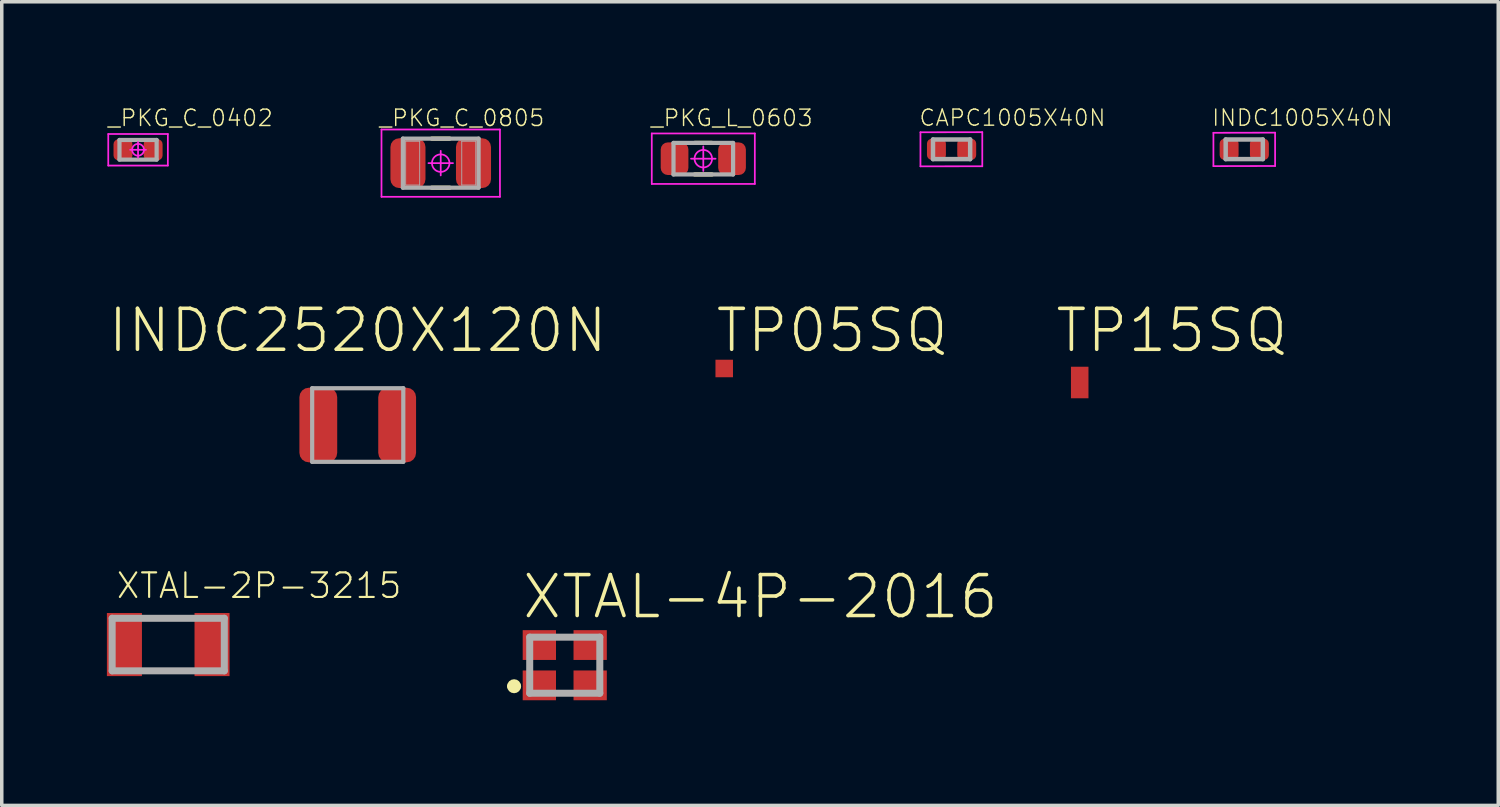
<source format=kicad_pcb>
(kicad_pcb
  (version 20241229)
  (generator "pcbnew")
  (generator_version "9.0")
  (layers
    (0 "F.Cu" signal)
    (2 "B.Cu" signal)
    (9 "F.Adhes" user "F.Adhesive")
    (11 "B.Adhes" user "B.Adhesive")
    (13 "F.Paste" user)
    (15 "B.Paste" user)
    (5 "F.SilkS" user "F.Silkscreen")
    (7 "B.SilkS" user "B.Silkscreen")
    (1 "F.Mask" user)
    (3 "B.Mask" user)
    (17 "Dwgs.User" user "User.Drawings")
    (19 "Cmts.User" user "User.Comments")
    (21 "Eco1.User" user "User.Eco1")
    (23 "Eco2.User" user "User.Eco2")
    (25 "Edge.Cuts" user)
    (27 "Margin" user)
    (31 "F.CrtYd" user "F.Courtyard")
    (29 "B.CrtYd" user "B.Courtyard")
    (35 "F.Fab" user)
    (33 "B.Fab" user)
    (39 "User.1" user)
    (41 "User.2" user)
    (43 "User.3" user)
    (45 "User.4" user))
  (footprint "_PKG_L_0603"
    (layer "F.Cu")
    (at 17.017 1.478)
    (property "Reference" "_PKG_L_0603" (at -1.524 -0.889 0) (layer "F.SilkS") (effects (font (size 0.467 0.467) (thickness 0.041)) (justify left bottom)))
    (fp_line (start -0.245 -0.45) (end 0.245 -0.45) (stroke (width 0.12) (type solid)) (layer "F.SilkS"))
    (fp_line (start -0.245 0.45) (end 0.245 0.45) (stroke (width 0.12) (type solid)) (layer "F.SilkS"))
    (fp_line (start -1.47 -0.72) (end 1.47 -0.72) (stroke (width 0.05) (type solid)) (layer "F.CrtYd"))
    (fp_line (start -1.47 0.72) (end -1.47 -0.72) (stroke (width 0.05) (type solid)) (layer "F.CrtYd"))
    (fp_line (start 0 -0.35) (end 0 0.35) (stroke (width 0.05) (type solid)) (layer "F.CrtYd"))
    (fp_line (start 0.35 0) (end -0.35 0) (stroke (width 0.05) (type solid)) (layer "F.CrtYd"))
    (fp_line (start 1.47 -0.72) (end 1.47 0.72) (stroke (width 0.05) (type solid)) (layer "F.CrtYd"))
    (fp_line (start 1.47 0.72) (end -1.47 0.72) (stroke (width 0.05) (type solid)) (layer "F.CrtYd"))
    (fp_circle (center 0 0) (end 0.25 0) (stroke (width 0.05) (type solid)) (fill no) (layer "F.CrtYd"))
    (fp_line (start -0.85 -0.45) (end 0.85 -0.45) (stroke (width 0.12) (type solid)) (layer "F.Fab"))
    (fp_line (start -0.85 0.45) (end -0.85 -0.45) (stroke (width 0.12) (type solid)) (layer "F.Fab"))
    (fp_line (start -0.8 -0.4) (end 0.8 -0.4) (stroke (width 0.001) (type solid)) (layer "F.Fab"))
    (fp_line (start -0.8 0.4) (end -0.8 -0.4) (stroke (width 0.001) (type solid)) (layer "F.Fab"))
    (fp_line (start 0.8 -0.4) (end 0.8 0.4) (stroke (width 0.001) (type solid)) (layer "F.Fab"))
    (fp_line (start 0.8 0.4) (end -0.8 0.4) (stroke (width 0.001) (type solid)) (layer "F.Fab"))
    (fp_line (start 0.85 -0.45) (end 0.85 0.45) (stroke (width 0.12) (type solid)) (layer "F.Fab"))
    (fp_line (start 0.85 0.45) (end -0.85 0.45) (stroke (width 0.12) (type solid)) (layer "F.Fab"))
    (pad "1" smd roundrect (at -0.82 0 180) (size 0.79 0.93) (layers "F.Cu" "F.Mask" "F.Paste") (roundrect_rratio 0.255))
    (pad "2" smd roundrect (at 0.82 0) (size 0.79 0.93) (layers "F.Cu" "F.Mask" "F.Paste") (roundrect_rratio 0.255)))
  (footprint "XTAL-2P-3215"
    (layer "F.Cu")
    (at 1.75 15.341)
    (property "Reference" "XTAL-2P-3215" (at -1.52 -1.27 0) (layer "F.SilkS") (effects (font (size 0.701 0.701) (thickness 0.061)) (justify left bottom)))
    (fp_line (start -0.4 -0.75) (end 0.4 -0.75) (stroke (width 0.1) (type solid)) (layer "F.SilkS"))
    (fp_line (start -0.4 0.75) (end 0.4 0.75) (stroke (width 0.1) (type solid)) (layer "F.SilkS"))
    (fp_line (start -1.6 -0.75) (end 1.6 -0.75) (stroke (width 0.2) (type solid)) (layer "F.Fab"))
    (fp_line (start -1.6 0.75) (end -1.6 -0.75) (stroke (width 0.2) (type solid)) (layer "F.Fab"))
    (fp_line (start 1.6 -0.75) (end 1.6 0.75) (stroke (width 0.2) (type solid)) (layer "F.Fab"))
    (fp_line (start 1.6 0.75) (end -1.6 0.75) (stroke (width 0.2) (type solid)) (layer "F.Fab"))
    (pad "1" smd rect (at -1.25 0 90) (size 1.8 1) (layers "F.Cu" "F.Mask" "F.Paste"))
    (pad "2" smd rect (at 1.25 0 90) (size 1.8 1) (layers "F.Cu" "F.Mask" "F.Paste")))
  (footprint "INDC2520X120N"
    (layer "F.Cu")
    (at 7.157 9.077)
    (property "Reference" "INDC2520X120N" (at 0 -2.014 0) (layer "F.SilkS") (effects (font (size 1.168 1.168) (thickness 0.102)) (justify bottom)))
    (fp_line (start -1.3 -1.05) (end 1.3 -1.05) (stroke (width 0.12) (type solid)) (layer "F.Fab"))
    (fp_line (start -1.3 1.05) (end -1.3 -1.05) (stroke (width 0.12) (type solid)) (layer "F.Fab"))
    (fp_line (start 1.3 -1.05) (end 1.3 1.05) (stroke (width 0.12) (type solid)) (layer "F.Fab"))
    (fp_line (start 1.3 1.05) (end -1.3 1.05) (stroke (width 0.12) (type solid)) (layer "F.Fab"))
    (pad "1" smd roundrect (at -1.125 0) (size 1.079 2.129) (layers "F.Cu" "F.Mask" "F.Paste") (roundrect_rratio 0.25))
    (pad "2" smd roundrect (at 1.125 0) (size 1.079 2.129) (layers "F.Cu" "F.Mask" "F.Paste") (roundrect_rratio 0.25)))
  (footprint "INDC1005X40N"
    (layer "F.Cu")
    (at 32.452 1.21)
    (property "Reference" "INDC1005X40N" (at -0.95 -0.63 0) (layer "F.SilkS") (effects (font (size 0.46 0.46) (thickness 0.04)) (justify left bottom)))
    (fp_line (start -0.88 -0.471) (end 0.88 -0.475) (stroke (width 0.05) (type solid)) (layer "F.CrtYd"))
    (fp_line (start -0.88 0.48) (end -0.88 -0.471) (stroke (width 0.05) (type solid)) (layer "F.CrtYd"))
    (fp_line (start -0.88 0.48) (end 0.88 0.476) (stroke (width 0.05) (type solid)) (layer "F.CrtYd"))
    (fp_line (start 0.88 0.476) (end 0.88 -0.475) (stroke (width 0.05) (type solid)) (layer "F.CrtYd"))
    (fp_line (start -0.53 0.28) (end -0.53 -0.28) (stroke (width 0.127) (type solid)) (layer "F.Fab"))
    (fp_line (start 0.53 -0.28) (end -0.53 -0.28) (stroke (width 0.127) (type solid)) (layer "F.Fab"))
    (fp_line (start 0.53 0.28) (end -0.53 0.28) (stroke (width 0.127) (type solid)) (layer "F.Fab"))
    (fp_line (start 0.53 0.28) (end 0.53 -0.28) (stroke (width 0.127) (type solid)) (layer "F.Fab"))
    (pad "1" smd roundrect (at -0.432 0) (size 0.54 0.6) (layers "F.Cu" "F.Mask" "F.Paste") (roundrect_rratio 0.25))
    (pad "2" smd roundrect (at 0.432 0) (size 0.54 0.6) (layers "F.Cu" "F.Mask" "F.Paste") (roundrect_rratio 0.25)))
  (footprint "TP15SQ"
    (layer "F.Cu")
    (at 27.757 7.864)
    (property "Reference" "TP15SQ" (at -0.75 -0.8 0) (layer "F.SilkS") (effects (font (size 1.168 1.168) (thickness 0.102)) (justify left bottom)))
    (pad "TP" smd rect (at 0 0) (size 0.5 0.9) (layers "F.Cu" "F.Mask")))
  (footprint "_PKG_C_0805"
    (layer "F.Cu")
    (at 9.525 1.605)
    (property "Reference" "_PKG_C_0805" (at -1.778 -1.016 0) (layer "F.SilkS") (effects (font (size 0.467 0.467) (thickness 0.041)) (justify left bottom)))
    (fp_line (start -0.255 -0.7) (end 0.255 -0.7) (stroke (width 0.12) (type solid)) (layer "F.SilkS"))
    (fp_line (start -0.255 0.7) (end 0.255 0.7) (stroke (width 0.12) (type solid)) (layer "F.SilkS"))
    (fp_line (start -1.69 -0.96) (end 1.69 -0.96) (stroke (width 0.05) (type solid)) (layer "F.CrtYd"))
    (fp_line (start -1.69 0.96) (end -1.69 -0.96) (stroke (width 0.05) (type solid)) (layer "F.CrtYd"))
    (fp_line (start 0 -0.35) (end 0 0.35) (stroke (width 0.05) (type solid)) (layer "F.CrtYd"))
    (fp_line (start 0.35 0) (end -0.35 0) (stroke (width 0.05) (type solid)) (layer "F.CrtYd"))
    (fp_line (start 1.69 -0.96) (end 1.69 0.96) (stroke (width 0.05) (type solid)) (layer "F.CrtYd"))
    (fp_line (start 1.69 0.96) (end -1.69 0.96) (stroke (width 0.05) (type solid)) (layer "F.CrtYd"))
    (fp_circle (center 0 0) (end 0.25 0) (stroke (width 0.05) (type solid)) (fill no) (layer "F.CrtYd"))
    (fp_line (start -1.08 -0.7) (end 1.08 -0.7) (stroke (width 0.12) (type solid)) (layer "F.Fab"))
    (fp_line (start -1.08 0.7) (end -1.08 -0.7) (stroke (width 0.12) (type solid)) (layer "F.Fab"))
    (fp_line (start -1 -0.625) (end -0.6 -0.625) (stroke (width 0.025) (type solid)) (layer "F.Fab"))
    (fp_line (start -1 -0.625) (end 1 -0.625) (stroke (width 0.001) (type solid)) (layer "F.Fab"))
    (fp_line (start -1 0.625) (end -1 -0.625) (stroke (width 0.025) (type solid)) (layer "F.Fab"))
    (fp_line (start -0.6 -0.625) (end -0.6 0.625) (stroke (width 0.025) (type solid)) (layer "F.Fab"))
    (fp_line (start -0.6 0.625) (end -1 0.625) (stroke (width 0.025) (type solid)) (layer "F.Fab"))
    (fp_line (start 0.6 -0.625) (end 1 -0.625) (stroke (width 0.025) (type solid)) (layer "F.Fab"))
    (fp_line (start 0.6 0.625) (end 0.6 -0.625) (stroke (width 0.025) (type solid)) (layer "F.Fab"))
    (fp_line (start 1 -0.625) (end 1 0.625) (stroke (width 0.025) (type solid)) (layer "F.Fab"))
    (fp_line (start 1 0.625) (end -1 0.625) (stroke (width 0.001) (type solid)) (layer "F.Fab"))
    (fp_line (start 1 0.625) (end 0.6 0.625) (stroke (width 0.025) (type solid)) (layer "F.Fab"))
    (fp_line (start 1.08 -0.7) (end 1.08 0.7) (stroke (width 0.12) (type solid)) (layer "F.Fab"))
    (fp_line (start 1.08 0.7) (end -1.08 0.7) (stroke (width 0.12) (type solid)) (layer "F.Fab"))
    (pad "1" smd roundrect (at -0.935 0 180) (size 1 1.42) (layers "F.Cu" "F.Mask" "F.Paste") (roundrect_rratio 0.25))
    (pad "2" smd roundrect (at 0.935 0) (size 1 1.42) (layers "F.Cu" "F.Mask" "F.Paste") (roundrect_rratio 0.25)))
  (footprint "TP05SQ"
    (layer "F.Cu")
    (at 17.614 7.464)
    (property "Reference" "TP05SQ" (at -0.3 -0.4 0) (layer "F.SilkS") (effects (font (size 1.168 1.168) (thickness 0.102)) (justify left bottom)))
    (pad "TP" smd rect (at 0 0) (size 0.5 0.5) (layers "F.Cu" "F.Mask")))
  (footprint "_PKG_C_0402"
    (layer "F.Cu")
    (at 0.889 1.224)
    (property "Reference" "_PKG_C_0402" (at -0.889 -0.635 0) (layer "F.SilkS") (effects (font (size 0.467 0.467) (thickness 0.041)) (justify left bottom)))
    (fp_line (start -0.85 -0.45) (end 0.85 -0.45) (stroke (width 0.05) (type solid)) (layer "F.CrtYd"))
    (fp_line (start -0.85 0.45) (end -0.85 -0.45) (stroke (width 0.05) (type solid)) (layer "F.CrtYd"))
    (fp_line (start 0 -0.225) (end 0 0.225) (stroke (width 0.05) (type solid)) (layer "F.CrtYd"))
    (fp_line (start 0.225 0) (end -0.225 0) (stroke (width 0.05) (type solid)) (layer "F.CrtYd"))
    (fp_line (start 0.85 -0.45) (end 0.85 0.45) (stroke (width 0.05) (type solid)) (layer "F.CrtYd"))
    (fp_line (start 0.85 0.45) (end -0.85 0.45) (stroke (width 0.05) (type solid)) (layer "F.CrtYd"))
    (fp_circle (center 0 0) (end 0.169 0) (stroke (width 0.05) (type solid)) (fill no) (layer "F.CrtYd"))
    (fp_line (start -0.53 -0.28) (end 0.53 -0.28) (stroke (width 0.12) (type solid)) (layer "F.Fab"))
    (fp_line (start -0.53 0.28) (end -0.53 -0.28) (stroke (width 0.12) (type solid)) (layer "F.Fab"))
    (fp_line (start -0.5 -0.25) (end 0.5 -0.25) (stroke (width 0.001) (type solid)) (layer "F.Fab"))
    (fp_line (start -0.5 0.25) (end -0.5 -0.25) (stroke (width 0.001) (type solid)) (layer "F.Fab"))
    (fp_line (start 0.5 -0.25) (end 0.5 0.25) (stroke (width 0.001) (type solid)) (layer "F.Fab"))
    (fp_line (start 0.5 0.25) (end -0.5 0.25) (stroke (width 0.001) (type solid)) (layer "F.Fab"))
    (fp_line (start 0.53 -0.28) (end 0.53 0.28) (stroke (width 0.12) (type solid)) (layer "F.Fab"))
    (fp_line (start 0.53 0.28) (end -0.53 0.28) (stroke (width 0.12) (type solid)) (layer "F.Fab"))
    (pad "1" smd roundrect (at -0.43 0 180) (size 0.54 0.6) (layers "F.Cu" "F.Mask" "F.Paste") (roundrect_rratio 0.26))
    (pad "2" smd roundrect (at 0.43 0) (size 0.54 0.6) (layers "F.Cu" "F.Mask" "F.Paste") (roundrect_rratio 0.26)))
  (footprint "CAPC1005X40N"
    (layer "F.Cu")
    (at 24.101 1.21)
    (property "Reference" "CAPC1005X40N" (at -0.95 -0.63 0) (layer "F.SilkS") (effects (font (size 0.46 0.46) (thickness 0.04)) (justify left bottom)))
    (fp_line (start -0.888 -0.486) (end 0.876 -0.489) (stroke (width 0.05) (type solid)) (layer "F.CrtYd"))
    (fp_line (start -0.888 0.486) (end -0.888 -0.486) (stroke (width 0.05) (type solid)) (layer "F.CrtYd"))
    (fp_line (start -0.888 0.486) (end 0.876 0.484) (stroke (width 0.05) (type solid)) (layer "F.CrtYd"))
    (fp_line (start 0.876 0.484) (end 0.876 -0.489) (stroke (width 0.05) (type solid)) (layer "F.CrtYd"))
    (fp_line (start -0.53 0.28) (end -0.53 -0.28) (stroke (width 0.127) (type solid)) (layer "F.Fab"))
    (fp_line (start 0.53 -0.28) (end -0.53 -0.28) (stroke (width 0.127) (type solid)) (layer "F.Fab"))
    (fp_line (start 0.53 0.28) (end -0.53 0.28) (stroke (width 0.127) (type solid)) (layer "F.Fab"))
    (fp_line (start 0.53 0.28) (end 0.53 -0.28) (stroke (width 0.127) (type solid)) (layer "F.Fab"))
    (pad "1" smd roundrect (at -0.432 0) (size 0.54 0.6) (layers "F.Cu" "F.Mask" "F.Paste") (roundrect_rratio 0.25))
    (pad "2" smd roundrect (at 0.432 0) (size 0.54 0.6) (layers "F.Cu" "F.Mask" "F.Paste") (roundrect_rratio 0.25)))
  (footprint "XTAL-4P-2016"
    (layer "F.Cu")
    (at 13.064 15.93)
    (property "Reference" "XTAL-4P-2016" (at -1.27 -1.27 0) (layer "F.SilkS") (effects (font (size 1.168 1.168) (thickness 0.102)) (justify left bottom)))
    (fp_arc (start -1.546 0.6) (mid -1.446 0.5) (end -1.346 0.6) (stroke (width 0.2) (type solid)) (layer "F.SilkS"))
    (fp_arc (start -1.346 0.6) (mid -1.446 0.7) (end -1.546 0.6) (stroke (width 0.2) (type solid)) (layer "F.SilkS"))
    (fp_line (start -1 -0.8) (end 1 -0.8) (stroke (width 0.2) (type solid)) (layer "F.Fab"))
    (fp_line (start -1 0.8) (end -1 -0.8) (stroke (width 0.2) (type solid)) (layer "F.Fab"))
    (fp_line (start 1 -0.8) (end 1 0.8) (stroke (width 0.2) (type solid)) (layer "F.Fab"))
    (fp_line (start 1 0.8) (end -1 0.8) (stroke (width 0.2) (type solid)) (layer "F.Fab"))
    (pad "1" smd rect (at -0.725 0.575) (size 0.95 0.85) (layers "F.Cu" "F.Mask" "F.Paste"))
    (pad "2" smd rect (at 0.725 0.575) (size 0.95 0.85) (layers "F.Cu" "F.Mask" "F.Paste"))
    (pad "3" smd rect (at 0.725 -0.575) (size 0.95 0.85) (layers "F.Cu" "F.Mask" "F.Paste"))
    (pad "4" smd rect (at -0.725 -0.575) (size 0.95 0.85) (layers "F.Cu" "F.Mask" "F.Paste")))
  (gr_rect
    (start -3 -3)
    (end 39.699 19.93)
    (stroke (width 0.1) (type default))
    (fill no)
    (layer "Edge.Cuts")))
</source>
